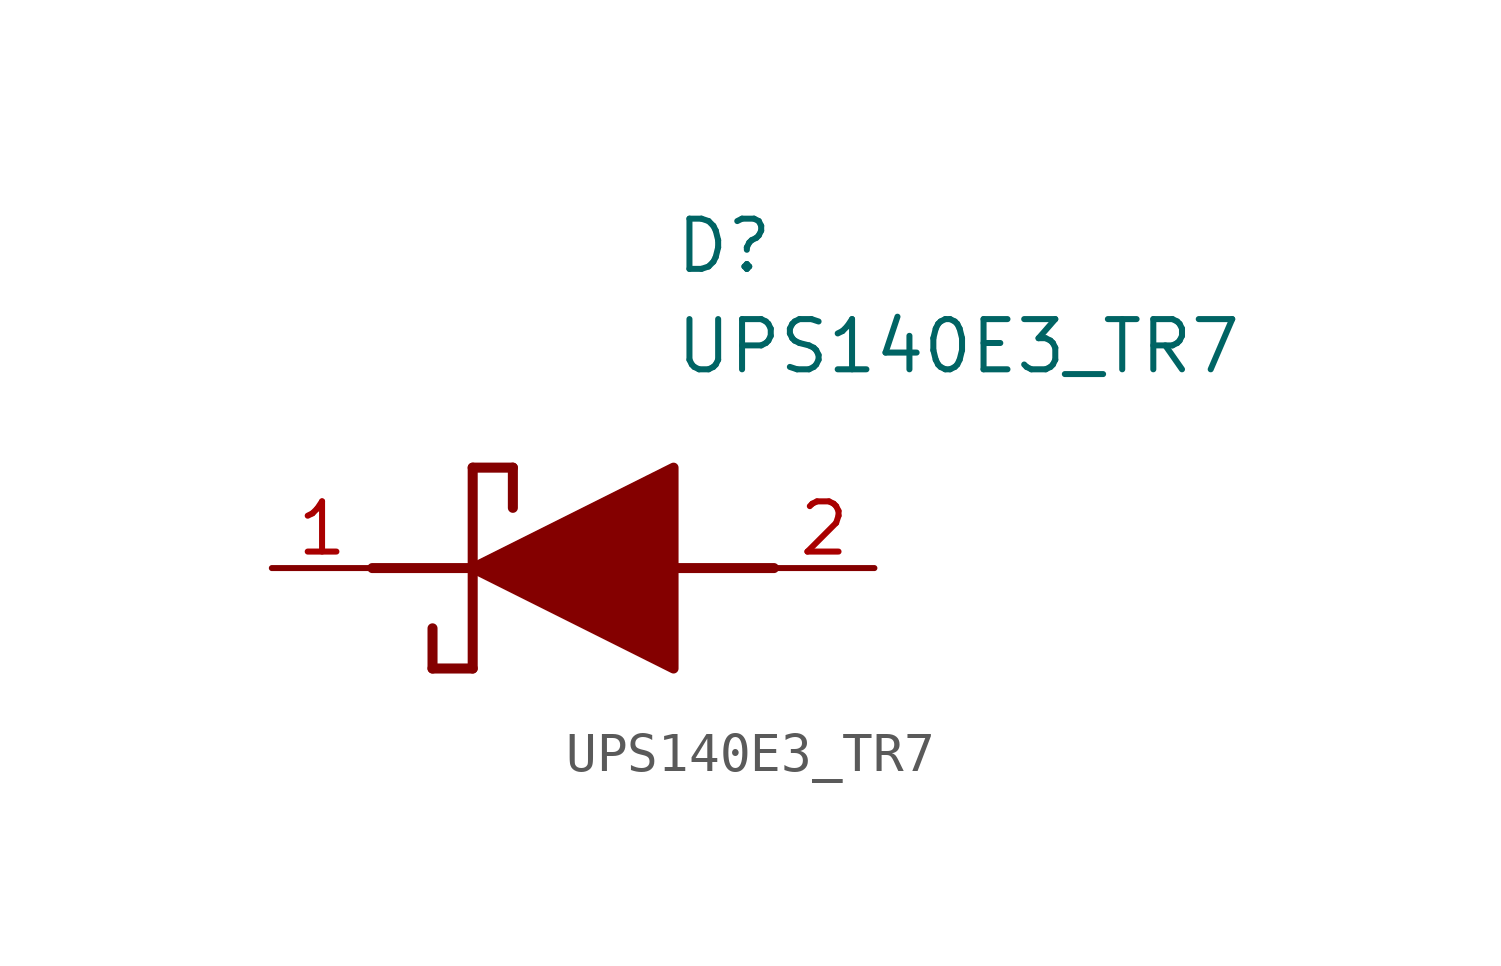
<source format=kicad_sym>
(kicad_symbol_lib
  (version 20211014)
  (generator SamacSys_ECAD_Model)
  (symbol "UPS140E3_TR7"
    (pin_names hide)
    (property "Reference" "D"
      (at 12.7 8.89 0)
      (effects (font (size 1.27 1.27)) (justify left top)))
    (property "Value" "UPS140E3_TR7"
      (at 12.7 6.35 0)
      (effects (font (size 1.27 1.27)) (justify left top)))
    (polyline
      (pts (xy 7.62 2.54) (xy 7.62 -2.54))
      (stroke (width 0.254) (type default))
      (fill (type none)))
    (polyline
      (pts (xy 7.62 2.54) (xy 8.636 2.54))
      (stroke (width 0.254) (type default))
      (fill (type none)))
    (polyline
      (pts (xy 8.636 1.524) (xy 8.636 2.54))
      (stroke (width 0.254) (type default))
      (fill (type none)))
    (polyline
      (pts (xy 7.62 -2.54) (xy 6.604 -2.54))
      (stroke (width 0.254) (type default))
      (fill (type none)))
    (polyline
      (pts (xy 6.604 -1.524) (xy 6.604 -2.54))
      (stroke (width 0.254) (type default))
      (fill (type none)))
    (polyline
      (pts (xy 5.08 0) (xy 7.62 0))
      (stroke (width 0.254) (type default))
      (fill (type none)))
    (polyline
      (pts (xy 12.7 0) (xy 15.24 0))
      (stroke (width 0.254) (type default))
      (fill (type none)))
    (polyline
      (pts (xy 7.62 0) (xy 12.7 2.54) (xy 12.7 -2.54) (xy 7.62 0))
      (stroke (width 0.254) (type default))
      (fill (type outline)))
    (pin passive line
      (at 2.54 0 0)
      (length 2.54)
      (name "K" (effects (font (size 1.27 1.27))))
      (number "1" (effects (font (size 1.27 1.27)))))
    (pin passive line
      (at 17.78 0 180)
      (length 2.54)
      (name "A" (effects (font (size 1.27 1.27))))
      (number "2" (effects (font (size 1.27 1.27)))))))
</source>
